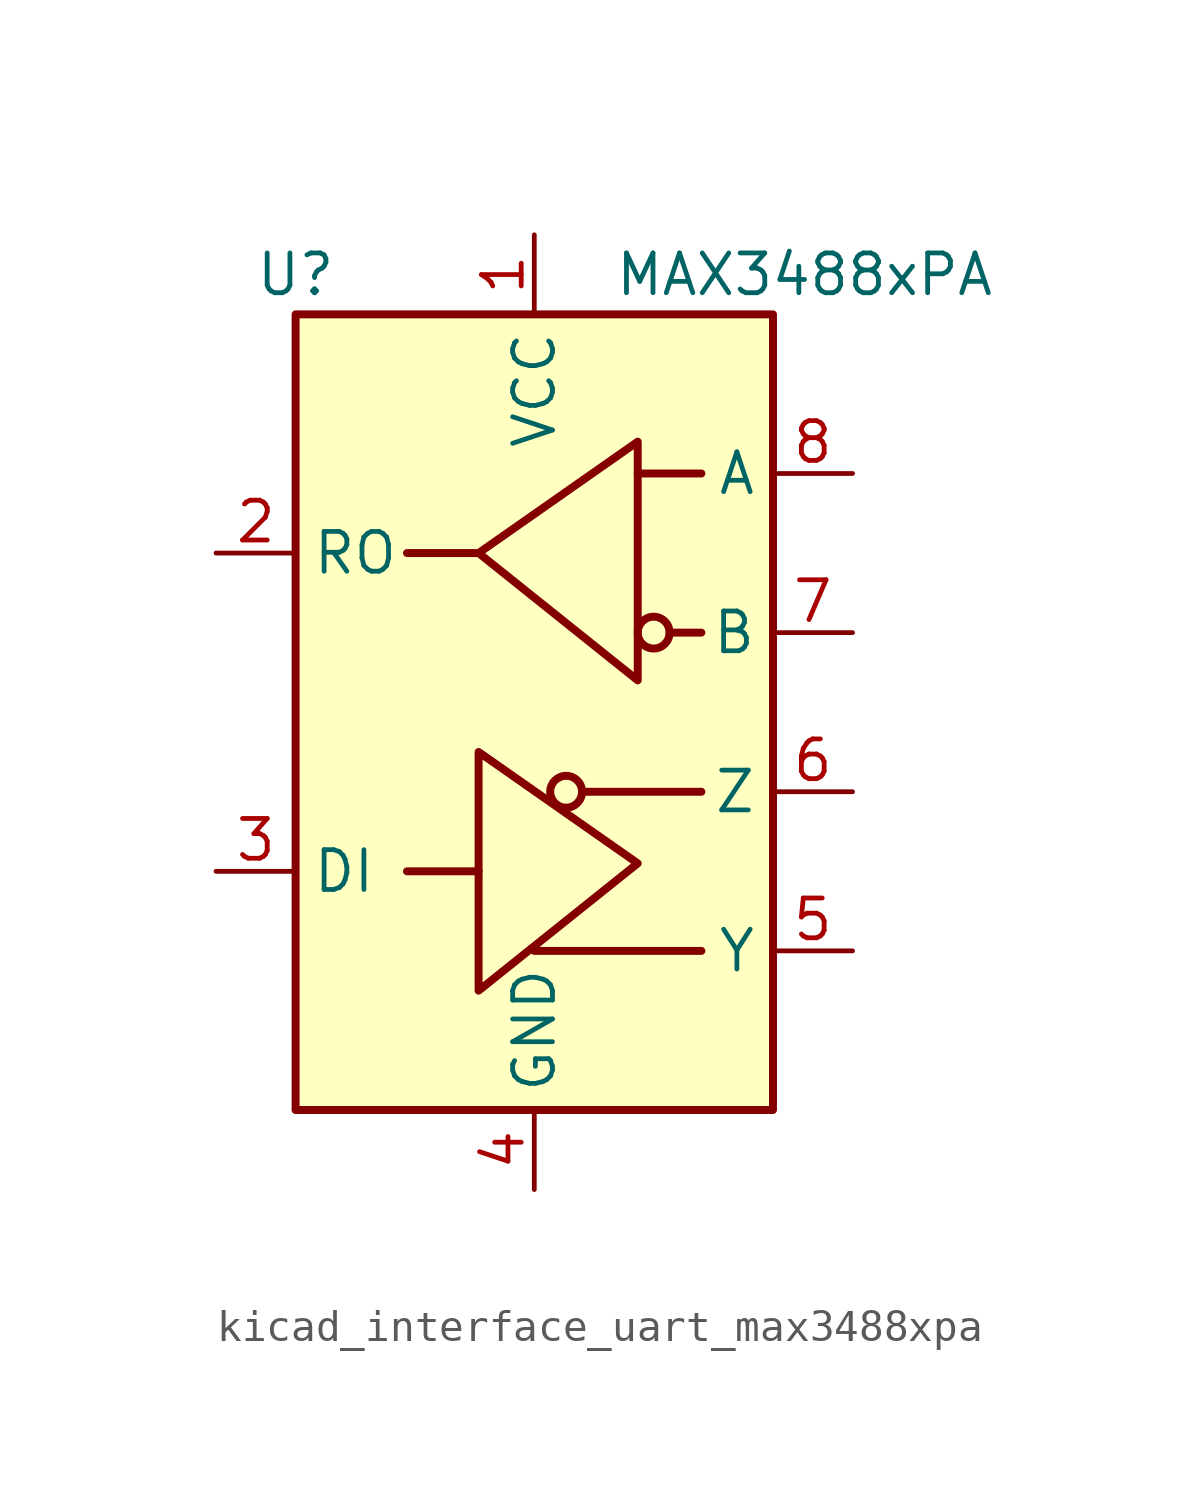
<source format=kicad_sym>
(kicad_symbol_lib
  (version 20220914)
  (generator kicad_symbol_editor)
  (symbol "kicad_interface_uart_max3488xpa"
    (property "Reference" "U"
      (at -7.62 13.97 0)
      (effects (font (size 1.27 1.27))))
    (property "Value" "MAX3488xPA"
      (at 2.54 13.97 0)
      (effects (font (size 1.27 1.27)) (justify left)))
    (symbol "kicad_interface_uart_max3488xpa_0_1"
      (rectangle (start -7.62 12.7) (end 7.62 -12.7) (stroke (width 0.254) (type default)) (fill (type background)))
      (polyline (pts (xy -1.778 -5.08) (xy -4.064 -5.08)) (stroke (width 0.254) (type default)) (fill (type none)))
      (polyline (pts (xy -1.778 5.08) (xy -4.064 5.08)) (stroke (width 0.254) (type default)) (fill (type none)))
      (polyline (pts (xy 0 -7.62) (xy 5.334 -7.62)) (stroke (width 0.254) (type default)) (fill (type none)))
      (polyline (pts (xy 1.524 -2.54) (xy 5.334 -2.54)) (stroke (width 0.254) (type default)) (fill (type none)))
      (polyline (pts (xy 3.302 7.62) (xy 5.334 7.62)) (stroke (width 0.254) (type default)) (fill (type none)))
      (polyline (pts (xy 4.318 2.54) (xy 5.334 2.54)) (stroke (width 0.254) (type default)) (fill (type none)))
      (polyline (pts (xy -1.778 -5.08) (xy -1.778 -1.27) (xy 3.302 -4.826) (xy -1.778 -8.89) (xy -1.778 -5.08)) (stroke (width 0.254) (type default)) (fill (type none)))
      (circle (center 1.016 -2.54) (radius 0.508) (stroke (width 0.254) (type default)) (fill (type none))))
    (symbol "kicad_interface_uart_max3488xpa_1_1"
      (polyline (pts (xy 3.302 4.826) (xy 3.302 8.636) (xy -1.778 5.08) (xy 3.302 1.016) (xy 3.302 4.826)) (stroke (width 0.254) (type default)) (fill (type none)))
      (circle (center 3.81 2.54) (radius 0.508) (stroke (width 0.254) (type default)) (fill (type none)))
      (pin power_in line (at 0 15.24 270) (length 2.54) (name "VCC" (effects (font (size 1.27 1.27)))) (number "1" (effects (font (size 1.27 1.27)))))
      (pin output line (at -10.16 5.08 0) (length 2.54) (name "RO" (effects (font (size 1.27 1.27)))) (number "2" (effects (font (size 1.27 1.27)))))
      (pin input line (at -10.16 -5.08 0) (length 2.54) (name "DI" (effects (font (size 1.27 1.27)))) (number "3" (effects (font (size 1.27 1.27)))))
      (pin power_in line (at 0 -15.24 90) (length 2.54) (name "GND" (effects (font (size 1.27 1.27)))) (number "4" (effects (font (size 1.27 1.27)))))
      (pin output line (at 10.16 -7.62 180) (length 2.54) (name "Y" (effects (font (size 1.27 1.27)))) (number "5" (effects (font (size 1.27 1.27)))))
      (pin output line (at 10.16 -2.54 180) (length 2.54) (name "Z" (effects (font (size 1.27 1.27)))) (number "6" (effects (font (size 1.27 1.27)))))
      (pin input line (at 10.16 2.54 180) (length 2.54) (name "B" (effects (font (size 1.27 1.27)))) (number "7" (effects (font (size 1.27 1.27)))))
      (pin input line (at 10.16 7.62 180) (length 2.54) (name "A" (effects (font (size 1.27 1.27)))) (number "8" (effects (font (size 1.27 1.27))))))))
</source>
